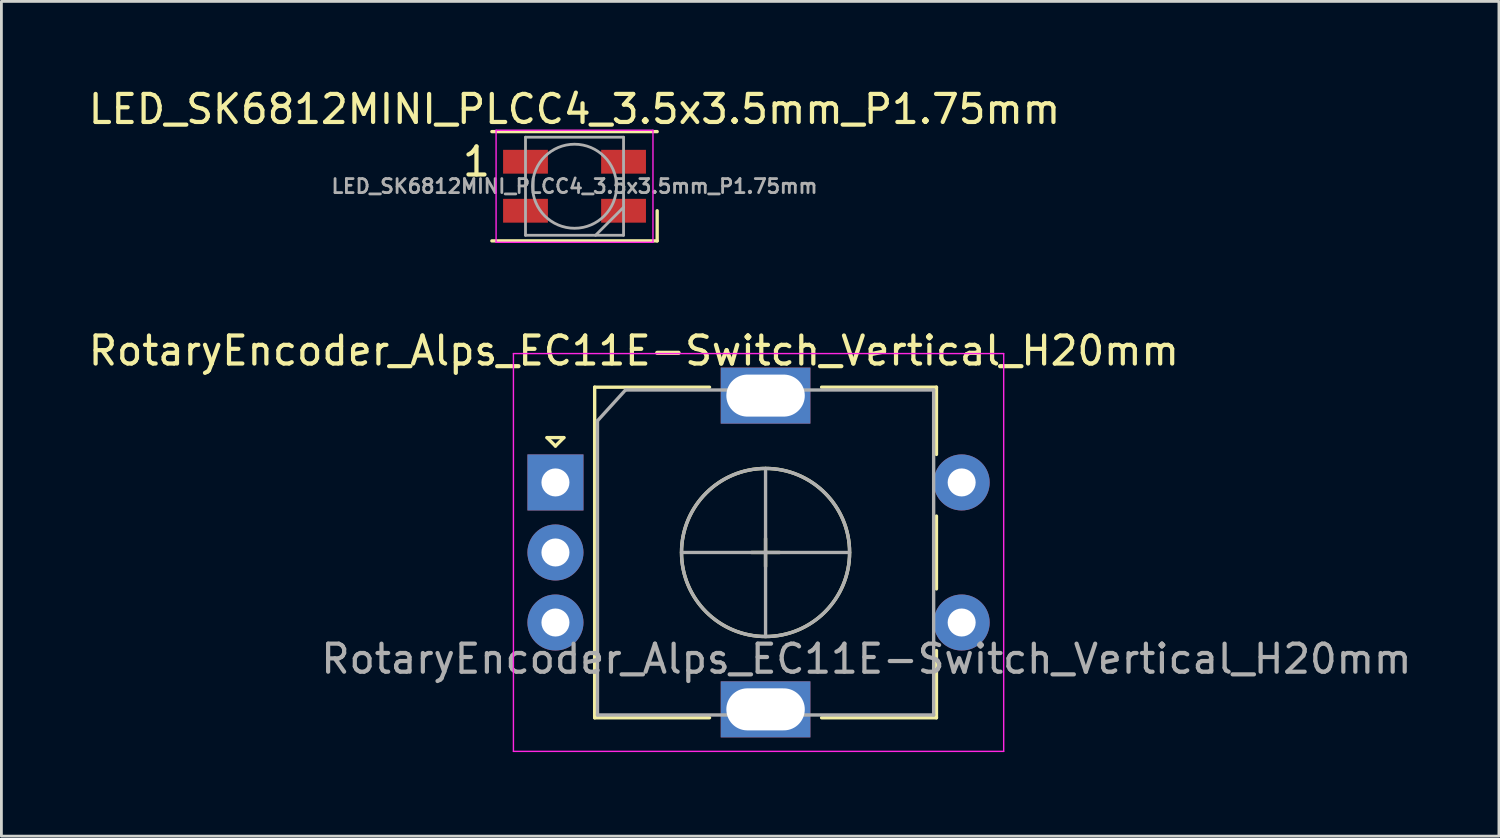
<source format=kicad_pcb>
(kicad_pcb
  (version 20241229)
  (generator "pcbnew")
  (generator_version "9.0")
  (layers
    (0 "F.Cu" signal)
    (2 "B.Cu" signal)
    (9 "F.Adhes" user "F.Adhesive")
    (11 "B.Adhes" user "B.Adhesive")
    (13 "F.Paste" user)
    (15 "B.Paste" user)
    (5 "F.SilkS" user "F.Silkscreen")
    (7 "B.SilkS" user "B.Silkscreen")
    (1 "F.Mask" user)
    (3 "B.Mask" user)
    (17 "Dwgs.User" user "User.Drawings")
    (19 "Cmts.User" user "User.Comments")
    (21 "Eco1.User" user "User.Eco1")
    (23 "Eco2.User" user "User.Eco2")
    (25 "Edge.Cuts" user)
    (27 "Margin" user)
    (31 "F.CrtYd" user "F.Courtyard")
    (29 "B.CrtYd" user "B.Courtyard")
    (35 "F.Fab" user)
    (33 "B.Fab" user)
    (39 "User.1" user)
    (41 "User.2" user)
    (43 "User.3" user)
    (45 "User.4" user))
  (footprint "LED_SK6812MINI_PLCC4_3.5x3.5mm_P1.75mm"
    (layer "F.Cu")
    (at 17.458 3.598)
    (property "Reference" "LED_SK6812MINI_PLCC4_3.5x3.5mm_P1.75mm" (at 0 -2.75 180) (layer "F.SilkS") (effects (font (size 1 1) (thickness 0.15))))
    (attr smd)
    (fp_line (start -2.95 -1.95) (end 2.95 -1.95) (stroke (width 0.12) (type solid)) (layer "F.SilkS"))
    (fp_line (start -2.95 1.95) (end 2.95 1.95) (stroke (width 0.12) (type solid)) (layer "F.SilkS"))
    (fp_line (start 2.95 1.95) (end 2.95 0.875) (stroke (width 0.12) (type solid)) (layer "F.SilkS"))
    (fp_line (start -2.8 -2) (end -2.8 2) (stroke (width 0.05) (type solid)) (layer "F.CrtYd"))
    (fp_line (start -2.8 2) (end 2.8 2) (stroke (width 0.05) (type solid)) (layer "F.CrtYd"))
    (fp_line (start 2.8 -2) (end -2.8 -2) (stroke (width 0.05) (type solid)) (layer "F.CrtYd"))
    (fp_line (start 2.8 2) (end 2.8 -2) (stroke (width 0.05) (type solid)) (layer "F.CrtYd"))
    (fp_line (start -1.75 -1.75) (end -1.75 1.75) (stroke (width 0.1) (type solid)) (layer "F.Fab"))
    (fp_line (start -1.75 1.75) (end 1.75 1.75) (stroke (width 0.1) (type solid)) (layer "F.Fab"))
    (fp_line (start 1.75 -1.75) (end -1.75 -1.75) (stroke (width 0.1) (type solid)) (layer "F.Fab"))
    (fp_line (start 1.75 0.75) (end 0.75 1.75) (stroke (width 0.1) (type solid)) (layer "F.Fab"))
    (fp_line (start 1.75 1.75) (end 1.75 -1.75) (stroke (width 0.1) (type solid)) (layer "F.Fab"))
    (fp_circle (center 0 0) (end 0 -1.5) (stroke (width 0.1) (type solid)) (fill no) (layer "F.Fab"))
    (fp_text user "1" (at -3.5 -0.875 180) (layer "F.SilkS") (effects (font (size 1 1) (thickness 0.15))))
    (fp_text user "${REFERENCE}" (at 0 0 180) (layer "F.Fab") (effects (font (size 0.5 0.5) (thickness 0.1))))
    (pad "1" smd rect (at -1.75 -0.875) (size 1.6 0.85) (layers "F.Cu" "F.Mask" "F.Paste"))
    (pad "2" smd rect (at -1.75 0.875) (size 1.6 0.85) (layers "F.Cu" "F.Mask" "F.Paste"))
    (pad "3" smd rect (at 1.75 0.875) (size 1.6 0.85) (layers "F.Cu" "F.Mask" "F.Paste"))
    (pad "4" smd rect (at 1.75 -0.875) (size 1.6 0.85) (layers "F.Cu" "F.Mask" "F.Paste")))
  (footprint "RotaryEncoder_Alps_EC11E-Switch_Vertical_H20mm"
    (layer "F.Cu")
    (at 16.777 14.171)
    (property "Reference" "RotaryEncoder_Alps_EC11E-Switch_Vertical_H20mm" (at 2.8 -4.7 0) (layer "F.SilkS") (effects (font (size 1 1) (thickness 0.15))))
    (attr through_hole)
    (fp_line (start -0.3 -1.6) (end 0.3 -1.6) (stroke (width 0.12) (type solid)) (layer "F.SilkS"))
    (fp_line (start 0 -1.3) (end -0.3 -1.6) (stroke (width 0.12) (type solid)) (layer "F.SilkS"))
    (fp_line (start 0.3 -1.6) (end 0 -1.3) (stroke (width 0.12) (type solid)) (layer "F.SilkS"))
    (fp_line (start 1.4 -3.4) (end 1.4 8.4) (stroke (width 0.12) (type solid)) (layer "F.SilkS"))
    (fp_line (start 5.5 -3.4) (end 1.4 -3.4) (stroke (width 0.12) (type solid)) (layer "F.SilkS"))
    (fp_line (start 5.5 8.4) (end 1.4 8.4) (stroke (width 0.12) (type solid)) (layer "F.SilkS"))
    (fp_line (start 7 2.5) (end 8 2.5) (stroke (width 0.12) (type solid)) (layer "F.SilkS"))
    (fp_line (start 7.5 2) (end 7.5 3) (stroke (width 0.12) (type solid)) (layer "F.SilkS"))
    (fp_line (start 9.5 -3.4) (end 13.6 -3.4) (stroke (width 0.12) (type solid)) (layer "F.SilkS"))
    (fp_line (start 13.6 -3.4) (end 13.6 -1) (stroke (width 0.12) (type solid)) (layer "F.SilkS"))
    (fp_line (start 13.6 1.2) (end 13.6 3.8) (stroke (width 0.12) (type solid)) (layer "F.SilkS"))
    (fp_line (start 13.6 6) (end 13.6 8.4) (stroke (width 0.12) (type solid)) (layer "F.SilkS"))
    (fp_line (start 13.6 8.4) (end 9.5 8.4) (stroke (width 0.12) (type solid)) (layer "F.SilkS"))
    (fp_circle (center 7.5 2.5) (end 10.5 2.5) (stroke (width 0.12) (type solid)) (fill no) (layer "F.SilkS"))
    (fp_line (start -1.5 -4.6) (end -1.5 9.6) (stroke (width 0.05) (type solid)) (layer "F.CrtYd"))
    (fp_line (start -1.5 -4.6) (end 16 -4.6) (stroke (width 0.05) (type solid)) (layer "F.CrtYd"))
    (fp_line (start 16 9.6) (end -1.5 9.6) (stroke (width 0.05) (type solid)) (layer "F.CrtYd"))
    (fp_line (start 16 9.6) (end 16 -4.6) (stroke (width 0.05) (type solid)) (layer "F.CrtYd"))
    (fp_line (start 1.5 -2.2) (end 2.5 -3.3) (stroke (width 0.12) (type solid)) (layer "F.Fab"))
    (fp_line (start 1.5 8.3) (end 1.5 -2.2) (stroke (width 0.12) (type solid)) (layer "F.Fab"))
    (fp_line (start 2.5 -3.3) (end 13.5 -3.3) (stroke (width 0.12) (type solid)) (layer "F.Fab"))
    (fp_line (start 4.5 2.5) (end 10.5 2.5) (stroke (width 0.12) (type solid)) (layer "F.Fab"))
    (fp_line (start 7.5 -0.5) (end 7.5 5.5) (stroke (width 0.12) (type solid)) (layer "F.Fab"))
    (fp_line (start 13.5 -3.3) (end 13.5 8.3) (stroke (width 0.12) (type solid)) (layer "F.Fab"))
    (fp_line (start 13.5 8.3) (end 1.5 8.3) (stroke (width 0.12) (type solid)) (layer "F.Fab"))
    (fp_circle (center 7.5 2.5) (end 10.5 2.5) (stroke (width 0.12) (type solid)) (fill no) (layer "F.Fab"))
    (fp_text user "${REFERENCE}" (at 11.1 6.3 0) (layer "F.Fab") (effects (font (size 1 1) (thickness 0.15))))
    (pad "A" thru_hole rect (at 0 0) (size 2 2) (drill 1) (layers "*.Cu" "*.Mask"))
    (pad "B" thru_hole circle (at 0 5) (size 2 2) (drill 1) (layers "*.Cu" "*.Mask"))
    (pad "C" thru_hole circle (at 0 2.5) (size 2 2) (drill 1) (layers "*.Cu" "*.Mask"))
    (pad "MP" thru_hole rect (at 7.5 -3.1) (size 3.2 2) (drill oval 2.8 1.5) (layers "*.Cu" "*.Mask"))
    (pad "MP" thru_hole rect (at 7.5 8.1) (size 3.2 2) (drill oval 2.8 1.5) (layers "*.Cu" "*.Mask"))
    (pad "S1" thru_hole circle (at 14.5 5) (size 2 2) (drill 1) (layers "*.Cu" "*.Mask"))
    (pad "S2" thru_hole circle (at 14.5 0) (size 2 2) (drill 1) (layers "*.Cu" "*.Mask")))
  (gr_rect
    (start -3 -3)
    (end 50.455 26.797)
    (stroke (width 0.1) (type default))
    (fill no)
    (layer "Edge.Cuts")))
</source>
